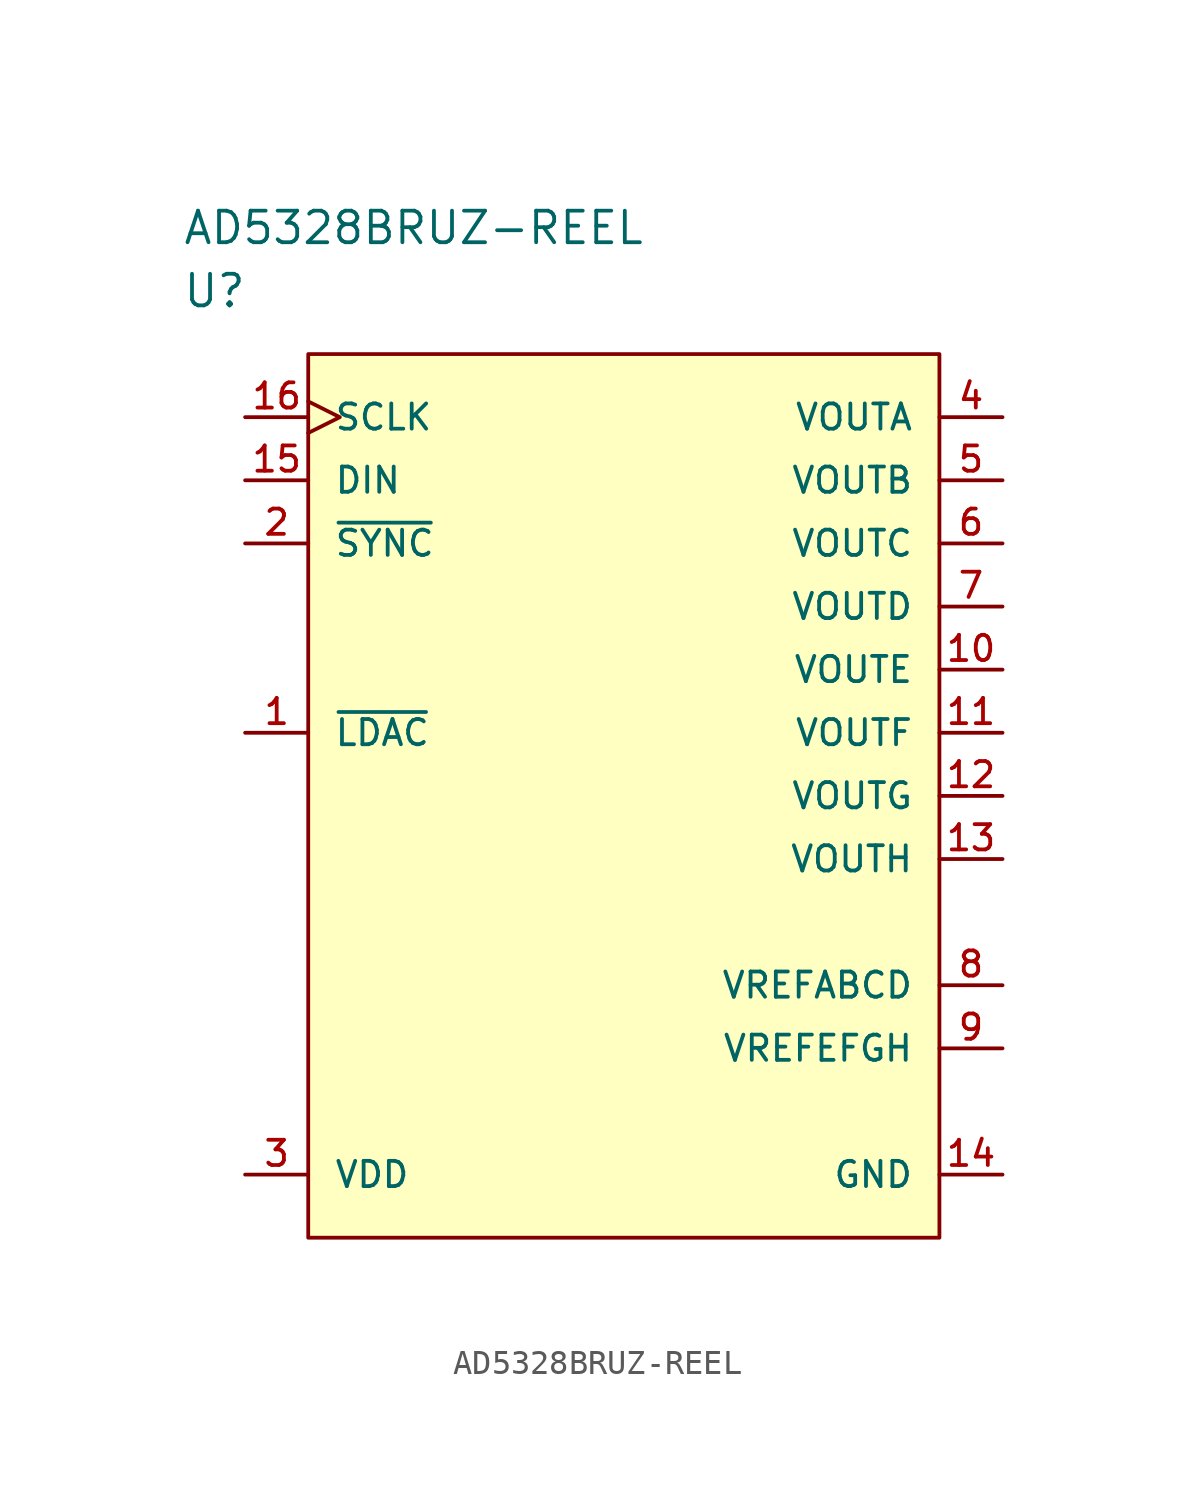
<source format=kicad_sym>
(kicad_symbol_lib
  (version 20211014)
  (generator kicad_symbol_editor)
  (symbol "AD5328BRUZ-REEL"
    (pin_names
      (offset 1.016))
    (property "Reference" "U"
      (at 0 5.08 0)
      (effects (font (size 1.27 1.27)) (justify left)))
    (property "Value" "AD5328BRUZ-REEL"
      (at 0 7.62 0)
      (effects (font (size 1.27 1.27)) (justify left)))
    (property "ki_locked" ""
      (at 0 0 0)
      (effects (font (size 1.27 1.27))))
    (symbol "AD5328BRUZ-REEL_1_1"
      (rectangle (start 5.08 2.54) (end 30.48 -33.02) (stroke (width 0) (type default) (color 0 0 0 0)) (fill (type background)))
      (pin input line (at 2.54 -12.7 0) (length 2.54) (name "~{LDAC}" (effects (font (size 1.016 1.016)))) (number "1" (effects (font (size 1.016 1.016)))))
      (pin output line (at 33.02 -10.16 180) (length 2.54) (name "VOUTE" (effects (font (size 1.016 1.016)))) (number "10" (effects (font (size 1.016 1.016)))))
      (pin output line (at 33.02 -12.7 180) (length 2.54) (name "VOUTF" (effects (font (size 1.016 1.016)))) (number "11" (effects (font (size 1.016 1.016)))))
      (pin output line (at 33.02 -15.24 180) (length 2.54) (name "VOUTG" (effects (font (size 1.016 1.016)))) (number "12" (effects (font (size 1.016 1.016)))))
      (pin output line (at 33.02 -17.78 180) (length 2.54) (name "VOUTH" (effects (font (size 1.016 1.016)))) (number "13" (effects (font (size 1.016 1.016)))))
      (pin power_in line (at 33.02 -30.48 180) (length 2.54) (name "GND" (effects (font (size 1.016 1.016)))) (number "14" (effects (font (size 1.016 1.016)))))
      (pin input line (at 2.54 -2.54 0) (length 2.54) (name "DIN" (effects (font (size 1.016 1.016)))) (number "15" (effects (font (size 1.016 1.016)))))
      (pin input clock (at 2.54 0 0) (length 2.54) (name "SCLK" (effects (font (size 1.016 1.016)))) (number "16" (effects (font (size 1.016 1.016)))))
      (pin input line (at 2.54 -5.08 0) (length 2.54) (name "~{SYNC}" (effects (font (size 1.016 1.016)))) (number "2" (effects (font (size 1.016 1.016)))))
      (pin power_in line (at 2.54 -30.48 0) (length 2.54) (name "VDD" (effects (font (size 1.016 1.016)))) (number "3" (effects (font (size 1.016 1.016)))))
      (pin output line (at 33.02 0 180) (length 2.54) (name "VOUTA" (effects (font (size 1.016 1.016)))) (number "4" (effects (font (size 1.016 1.016)))))
      (pin output line (at 33.02 -2.54 180) (length 2.54) (name "VOUTB" (effects (font (size 1.016 1.016)))) (number "5" (effects (font (size 1.016 1.016)))))
      (pin output line (at 33.02 -5.08 180) (length 2.54) (name "VOUTC" (effects (font (size 1.016 1.016)))) (number "6" (effects (font (size 1.016 1.016)))))
      (pin output line (at 33.02 -7.62 180) (length 2.54) (name "VOUTD" (effects (font (size 1.016 1.016)))) (number "7" (effects (font (size 1.016 1.016)))))
      (pin input line (at 33.02 -22.86 180) (length 2.54) (name "VREFABCD" (effects (font (size 1.016 1.016)))) (number "8" (effects (font (size 1.016 1.016)))))
      (pin input line (at 33.02 -25.4 180) (length 2.54) (name "VREFEFGH" (effects (font (size 1.016 1.016)))) (number "9" (effects (font (size 1.016 1.016))))))))
</source>
